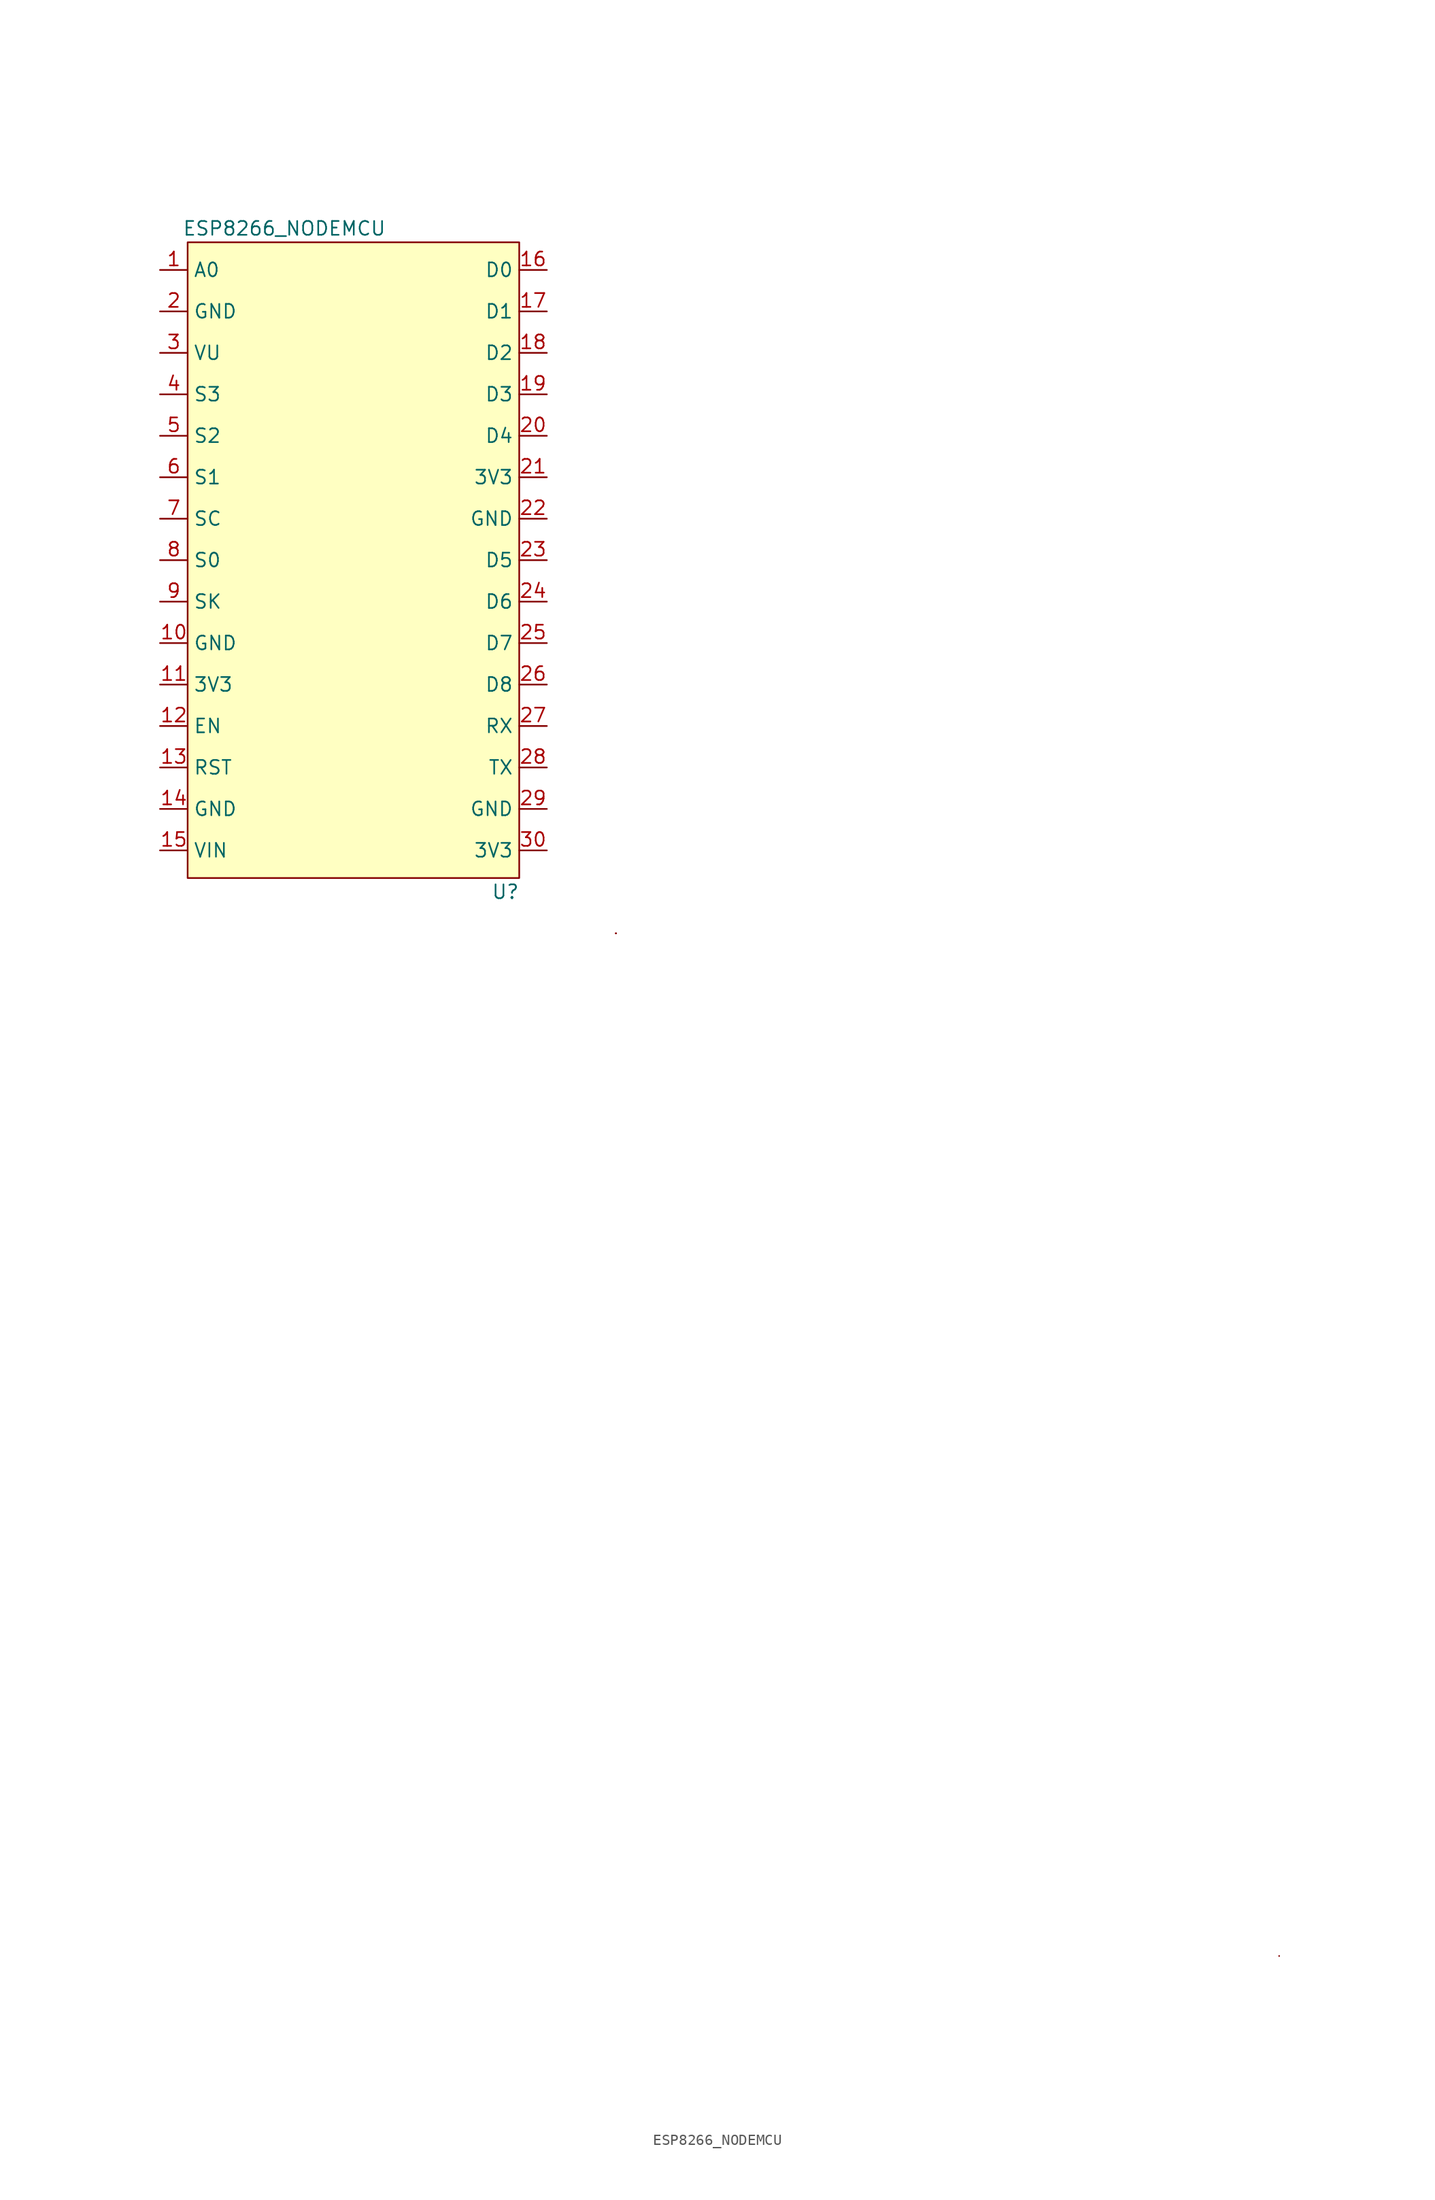
<source format=kicad_sym>
(kicad_symbol_lib
  (version 20211014)
  (generator kicad_symbol_editor)
  (symbol "ESP8266_NODEMCU"
    (property "Reference" "U"
      (at 15.24 -31.75 0)
      (effects (font (size 1.27 1.27))))
    (property "Value" "ESP8266_NODEMCU"
      (at -5.08 29.21 0)
      (effects (font (size 1.27 1.27))))
    (symbol "ESP8266_NODEMCU_0_1"
      (rectangle (start -13.97 27.94) (end 16.51 -30.48) (stroke (width 0) (type default) (color 0 0 0 0)) (fill (type background)))
      (rectangle (start 25.4 -35.56) (end 25.4 -35.56) (stroke (width 0) (type default) (color 0 0 0 0)) (fill (type none)))
      (rectangle (start 25.4 -35.56) (end 25.4 -35.56) (stroke (width 0) (type default) (color 0 0 0 0)) (fill (type none)))
      (rectangle (start 25.4 -35.56) (end 25.4 -35.56) (stroke (width 0) (type default) (color 0 0 0 0)) (fill (type none)))
      (rectangle (start 86.36 -129.54) (end 86.36 -129.54) (stroke (width 0) (type default) (color 0 0 0 0)) (fill (type none))))
    (symbol "ESP8266_NODEMCU_1_1"
      (pin input line (at -16.51 25.4 0) (length 2.54) (name "A0" (effects (font (size 1.27 1.27)))) (number "1" (effects (font (size 1.27 1.27)))))
      (pin input line (at -16.51 -8.89 0) (length 2.54) (name "GND" (effects (font (size 1.27 1.27)))) (number "10" (effects (font (size 1.27 1.27)))))
      (pin input line (at -16.51 -12.7 0) (length 2.54) (name "3V3" (effects (font (size 1.27 1.27)))) (number "11" (effects (font (size 1.27 1.27)))))
      (pin input line (at -16.51 -16.51 0) (length 2.54) (name "EN" (effects (font (size 1.27 1.27)))) (number "12" (effects (font (size 1.27 1.27)))))
      (pin input line (at -16.51 -20.32 0) (length 2.54) (name "RST" (effects (font (size 1.27 1.27)))) (number "13" (effects (font (size 1.27 1.27)))))
      (pin input line (at -16.51 -24.13 0) (length 2.54) (name "GND" (effects (font (size 1.27 1.27)))) (number "14" (effects (font (size 1.27 1.27)))))
      (pin input line (at -16.51 -27.94 0) (length 2.54) (name "VIN" (effects (font (size 1.27 1.27)))) (number "15" (effects (font (size 1.27 1.27)))))
      (pin input line (at 19.05 25.4 180) (length 2.54) (name "D0" (effects (font (size 1.27 1.27)))) (number "16" (effects (font (size 1.27 1.27)))))
      (pin input line (at 19.05 21.59 180) (length 2.54) (name "D1" (effects (font (size 1.27 1.27)))) (number "17" (effects (font (size 1.27 1.27)))))
      (pin input line (at 19.05 17.78 180) (length 2.54) (name "D2" (effects (font (size 1.27 1.27)))) (number "18" (effects (font (size 1.27 1.27)))))
      (pin input line (at 19.05 13.97 180) (length 2.54) (name "D3" (effects (font (size 1.27 1.27)))) (number "19" (effects (font (size 1.27 1.27)))))
      (pin input line (at -16.51 21.59 0) (length 2.54) (name "GND" (effects (font (size 1.27 1.27)))) (number "2" (effects (font (size 1.27 1.27)))))
      (pin input line (at 19.05 10.16 180) (length 2.54) (name "D4" (effects (font (size 1.27 1.27)))) (number "20" (effects (font (size 1.27 1.27)))))
      (pin input line (at 19.05 6.35 180) (length 2.54) (name "3V3" (effects (font (size 1.27 1.27)))) (number "21" (effects (font (size 1.27 1.27)))))
      (pin input line (at 19.05 2.54 180) (length 2.54) (name "GND" (effects (font (size 1.27 1.27)))) (number "22" (effects (font (size 1.27 1.27)))))
      (pin input line (at 19.05 -1.27 180) (length 2.54) (name "D5" (effects (font (size 1.27 1.27)))) (number "23" (effects (font (size 1.27 1.27)))))
      (pin input line (at 19.05 -5.08 180) (length 2.54) (name "D6" (effects (font (size 1.27 1.27)))) (number "24" (effects (font (size 1.27 1.27)))))
      (pin input line (at 19.05 -8.89 180) (length 2.54) (name "D7" (effects (font (size 1.27 1.27)))) (number "25" (effects (font (size 1.27 1.27)))))
      (pin input line (at 19.05 -12.7 180) (length 2.54) (name "D8" (effects (font (size 1.27 1.27)))) (number "26" (effects (font (size 1.27 1.27)))))
      (pin input line (at 19.05 -16.51 180) (length 2.54) (name "RX" (effects (font (size 1.27 1.27)))) (number "27" (effects (font (size 1.27 1.27)))))
      (pin input line (at 19.05 -20.32 180) (length 2.54) (name "TX" (effects (font (size 1.27 1.27)))) (number "28" (effects (font (size 1.27 1.27)))))
      (pin input line (at 19.05 -24.13 180) (length 2.54) (name "GND" (effects (font (size 1.27 1.27)))) (number "29" (effects (font (size 1.27 1.27)))))
      (pin input line (at -16.51 17.78 0) (length 2.54) (name "VU" (effects (font (size 1.27 1.27)))) (number "3" (effects (font (size 1.27 1.27)))))
      (pin input line (at 19.05 -27.94 180) (length 2.54) (name "3V3" (effects (font (size 1.27 1.27)))) (number "30" (effects (font (size 1.27 1.27)))))
      (pin input line (at -16.51 13.97 0) (length 2.54) (name "S3" (effects (font (size 1.27 1.27)))) (number "4" (effects (font (size 1.27 1.27)))))
      (pin input line (at -16.51 10.16 0) (length 2.54) (name "S2" (effects (font (size 1.27 1.27)))) (number "5" (effects (font (size 1.27 1.27)))))
      (pin input line (at -16.51 6.35 0) (length 2.54) (name "S1" (effects (font (size 1.27 1.27)))) (number "6" (effects (font (size 1.27 1.27)))))
      (pin input line (at -16.51 2.54 0) (length 2.54) (name "SC" (effects (font (size 1.27 1.27)))) (number "7" (effects (font (size 1.27 1.27)))))
      (pin input line (at -16.51 -1.27 0) (length 2.54) (name "S0" (effects (font (size 1.27 1.27)))) (number "8" (effects (font (size 1.27 1.27)))))
      (pin input line (at -16.51 -5.08 0) (length 2.54) (name "SK" (effects (font (size 1.27 1.27)))) (number "9" (effects (font (size 1.27 1.27))))))))
</source>
